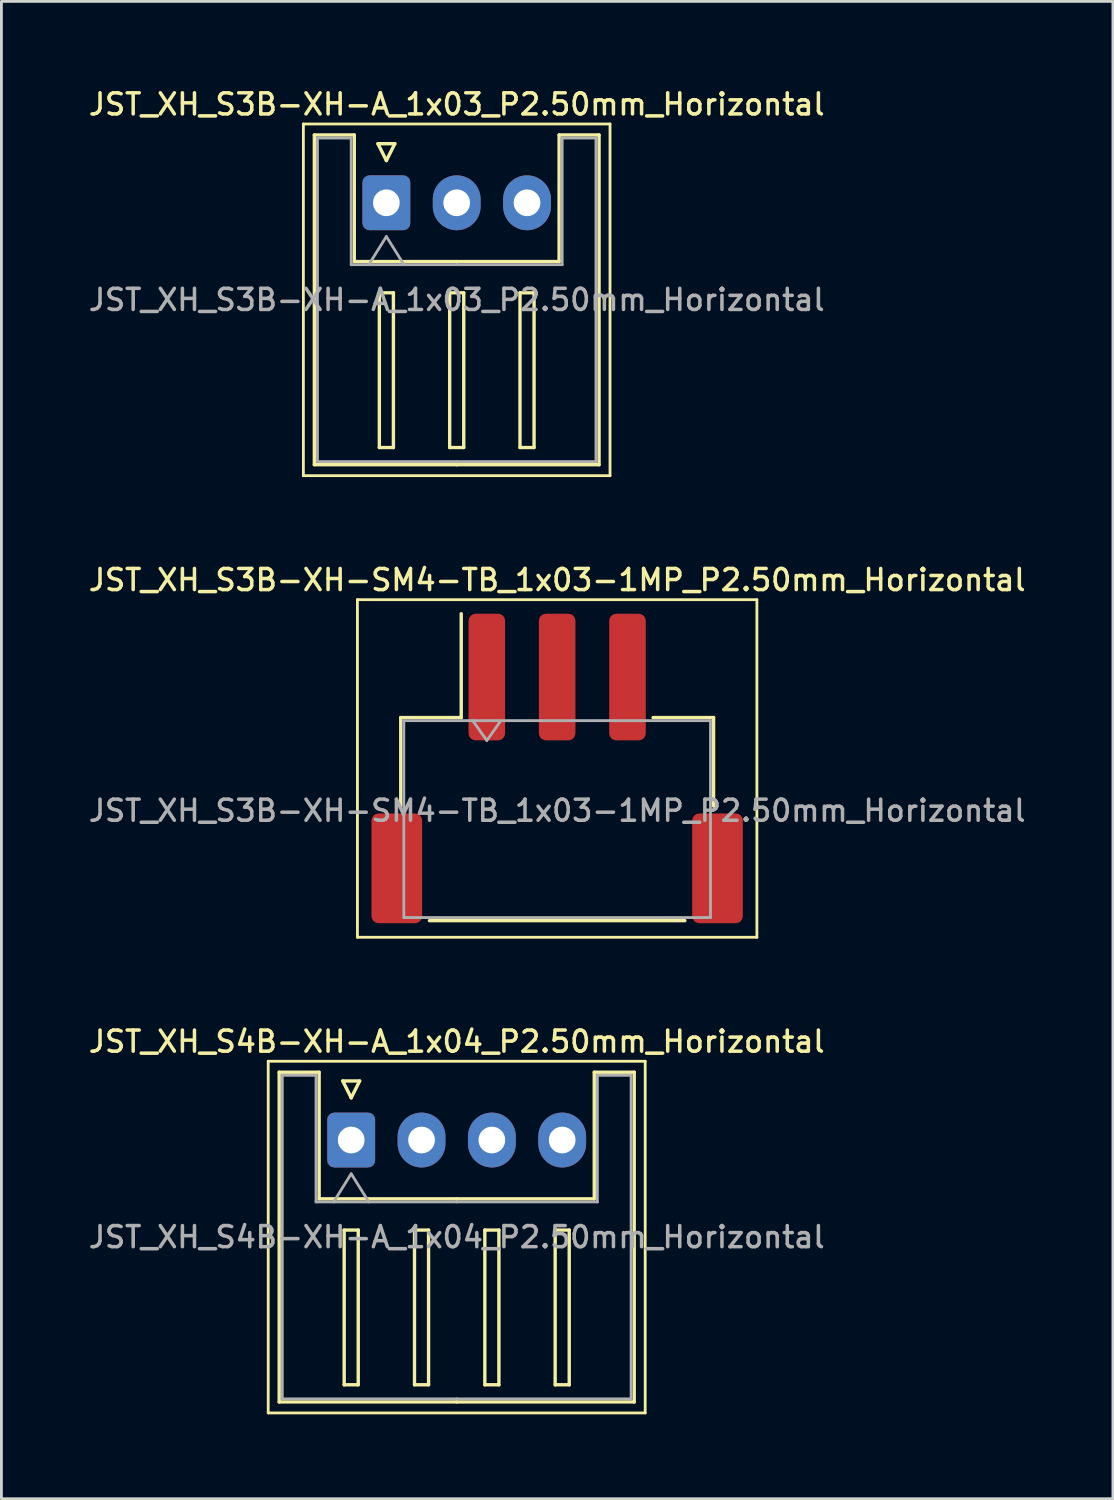
<source format=kicad_pcb>
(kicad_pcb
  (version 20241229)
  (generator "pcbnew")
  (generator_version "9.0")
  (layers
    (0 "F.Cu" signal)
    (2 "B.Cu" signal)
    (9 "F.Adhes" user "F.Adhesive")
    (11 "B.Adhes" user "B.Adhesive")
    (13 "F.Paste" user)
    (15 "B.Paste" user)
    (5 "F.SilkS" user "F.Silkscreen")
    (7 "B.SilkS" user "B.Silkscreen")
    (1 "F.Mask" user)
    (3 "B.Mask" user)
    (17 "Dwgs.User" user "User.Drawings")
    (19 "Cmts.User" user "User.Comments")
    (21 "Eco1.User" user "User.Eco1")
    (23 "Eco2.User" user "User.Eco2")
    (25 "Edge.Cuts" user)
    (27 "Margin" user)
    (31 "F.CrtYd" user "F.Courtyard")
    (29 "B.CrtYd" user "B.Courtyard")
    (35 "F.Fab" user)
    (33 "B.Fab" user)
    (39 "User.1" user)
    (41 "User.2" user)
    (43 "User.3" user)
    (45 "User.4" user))
  (footprint "JST_XH_S3B-XH-SM4-TB_1x03-1MP_P2.50mm_Horizontal"
    (layer "F.Cu")
    (at 16.755 24.266)
    (property "Reference" "JST_XH_S3B-XH-SM4-TB_1x03-1MP_P2.50mm_Horizontal" (at 0 -6.7 0) (layer "F.SilkS") (effects (font (size 0.75 0.75) (thickness 0.125))))
    (attr smd)
    (fp_line (start -7.1 -6) (end -7.1 6) (stroke (width 0.1) (type solid)) (layer "F.SilkS"))
    (fp_line (start -7.1 6) (end 7.1 6) (stroke (width 0.1) (type solid)) (layer "F.SilkS"))
    (fp_line (start -5.56 -1.81) (end -3.41 -1.81) (stroke (width 0.12) (type solid)) (layer "F.SilkS"))
    (fp_line (start -5.56 1.34) (end -5.56 -1.81) (stroke (width 0.12) (type solid)) (layer "F.SilkS"))
    (fp_line (start -4.54 5.41) (end 4.54 5.41) (stroke (width 0.12) (type solid)) (layer "F.SilkS"))
    (fp_line (start -3.41 -1.81) (end -3.41 -5.5) (stroke (width 0.12) (type solid)) (layer "F.SilkS"))
    (fp_line (start 5.56 -1.81) (end 3.41 -1.81) (stroke (width 0.12) (type solid)) (layer "F.SilkS"))
    (fp_line (start 5.56 1.34) (end 5.56 -1.81) (stroke (width 0.12) (type solid)) (layer "F.SilkS"))
    (fp_line (start 7.1 -6) (end -7.1 -6) (stroke (width 0.1) (type solid)) (layer "F.SilkS"))
    (fp_line (start 7.1 6) (end 7.1 -6) (stroke (width 0.1) (type solid)) (layer "F.SilkS"))
    (fp_line (start -5.45 -1.7) (end -5.45 5.3) (stroke (width 0.1) (type solid)) (layer "F.Fab"))
    (fp_line (start -5.45 -1.7) (end 5.45 -1.7) (stroke (width 0.1) (type solid)) (layer "F.Fab"))
    (fp_line (start -5.45 5.3) (end 5.45 5.3) (stroke (width 0.1) (type solid)) (layer "F.Fab"))
    (fp_line (start -3 -1.7) (end -2.5 -0.993) (stroke (width 0.1) (type solid)) (layer "F.Fab"))
    (fp_line (start -2.5 -0.993) (end -2 -1.7) (stroke (width 0.1) (type solid)) (layer "F.Fab"))
    (fp_line (start 5.45 -1.7) (end 5.45 5.3) (stroke (width 0.1) (type solid)) (layer "F.Fab"))
    (fp_text user "${REFERENCE}" (at 0 1.5 0) (layer "F.Fab") (effects (font (size 0.75 0.75) (thickness 0.125))))
    (pad "1" smd roundrect (at -2.5 -3.25) (size 1.3 4.5) (layers "F.Cu" "F.Mask" "F.Paste") (roundrect_rratio 0.192))
    (pad "2" smd roundrect (at 0 -3.25) (size 1.3 4.5) (layers "F.Cu" "F.Mask" "F.Paste") (roundrect_rratio 0.192))
    (pad "3" smd roundrect (at 2.5 -3.25) (size 1.3 4.5) (layers "F.Cu" "F.Mask" "F.Paste") (roundrect_rratio 0.192))
    (pad "MP" smd roundrect (at -5.7 3.55) (size 1.8 3.9) (layers "F.Cu" "F.Mask" "F.Paste") (roundrect_rratio 0.139))
    (pad "MP" smd roundrect (at 5.7 3.55) (size 1.8 3.9) (layers "F.Cu" "F.Mask" "F.Paste") (roundrect_rratio 0.139)))
  (footprint "JST_XH_S3B-XH-A_1x03_P2.50mm_Horizontal"
    (layer "F.Cu")
    (at 10.684 4.158)
    (property "Reference" "JST_XH_S3B-XH-A_1x03_P2.50mm_Horizontal" (at 2.5 -3.5 0) (layer "F.SilkS") (effects (font (size 0.75 0.75) (thickness 0.125))))
    (attr through_hole)
    (fp_line (start -2.95 -2.8) (end -2.95 9.7) (stroke (width 0.1) (type solid)) (layer "F.SilkS"))
    (fp_line (start -2.95 9.7) (end 7.95 9.7) (stroke (width 0.1) (type solid)) (layer "F.SilkS"))
    (fp_line (start -2.56 -2.41) (end -1.14 -2.41) (stroke (width 0.12) (type solid)) (layer "F.SilkS"))
    (fp_line (start -2.56 9.31) (end -2.56 -2.41) (stroke (width 0.12) (type solid)) (layer "F.SilkS"))
    (fp_line (start -1.14 -2.41) (end -1.14 2.09) (stroke (width 0.12) (type solid)) (layer "F.SilkS"))
    (fp_line (start -1.14 2.09) (end 2.5 2.09) (stroke (width 0.12) (type solid)) (layer "F.SilkS"))
    (fp_line (start -0.3 -2.1) (end 0.3 -2.1) (stroke (width 0.12) (type solid)) (layer "F.SilkS"))
    (fp_line (start -0.25 3.2) (end -0.25 8.7) (stroke (width 0.12) (type solid)) (layer "F.SilkS"))
    (fp_line (start -0.25 8.7) (end 0.25 8.7) (stroke (width 0.12) (type solid)) (layer "F.SilkS"))
    (fp_line (start 0 -1.5) (end -0.3 -2.1) (stroke (width 0.12) (type solid)) (layer "F.SilkS"))
    (fp_line (start 0.25 3.2) (end -0.25 3.2) (stroke (width 0.12) (type solid)) (layer "F.SilkS"))
    (fp_line (start 0.25 8.7) (end 0.25 3.2) (stroke (width 0.12) (type solid)) (layer "F.SilkS"))
    (fp_line (start 0.3 -2.1) (end 0 -1.5) (stroke (width 0.12) (type solid)) (layer "F.SilkS"))
    (fp_line (start 2.25 3.2) (end 2.25 8.7) (stroke (width 0.12) (type solid)) (layer "F.SilkS"))
    (fp_line (start 2.25 8.7) (end 2.75 8.7) (stroke (width 0.12) (type solid)) (layer "F.SilkS"))
    (fp_line (start 2.5 9.31) (end -2.56 9.31) (stroke (width 0.12) (type solid)) (layer "F.SilkS"))
    (fp_line (start 2.5 9.31) (end 7.56 9.31) (stroke (width 0.12) (type solid)) (layer "F.SilkS"))
    (fp_line (start 2.75 3.2) (end 2.25 3.2) (stroke (width 0.12) (type solid)) (layer "F.SilkS"))
    (fp_line (start 2.75 8.7) (end 2.75 3.2) (stroke (width 0.12) (type solid)) (layer "F.SilkS"))
    (fp_line (start 4.75 3.2) (end 4.75 8.7) (stroke (width 0.12) (type solid)) (layer "F.SilkS"))
    (fp_line (start 4.75 8.7) (end 5.25 8.7) (stroke (width 0.12) (type solid)) (layer "F.SilkS"))
    (fp_line (start 5.25 3.2) (end 4.75 3.2) (stroke (width 0.12) (type solid)) (layer "F.SilkS"))
    (fp_line (start 5.25 8.7) (end 5.25 3.2) (stroke (width 0.12) (type solid)) (layer "F.SilkS"))
    (fp_line (start 6.14 -2.41) (end 6.14 2.09) (stroke (width 0.12) (type solid)) (layer "F.SilkS"))
    (fp_line (start 6.14 2.09) (end 2.5 2.09) (stroke (width 0.12) (type solid)) (layer "F.SilkS"))
    (fp_line (start 7.56 -2.41) (end 6.14 -2.41) (stroke (width 0.12) (type solid)) (layer "F.SilkS"))
    (fp_line (start 7.56 9.31) (end 7.56 -2.41) (stroke (width 0.12) (type solid)) (layer "F.SilkS"))
    (fp_line (start 7.95 -2.8) (end -2.95 -2.8) (stroke (width 0.1) (type solid)) (layer "F.SilkS"))
    (fp_line (start 7.95 9.7) (end 7.95 -2.8) (stroke (width 0.1) (type solid)) (layer "F.SilkS"))
    (fp_line (start -2.45 -2.3) (end -1.25 -2.3) (stroke (width 0.1) (type solid)) (layer "F.Fab"))
    (fp_line (start -2.45 9.2) (end -2.45 -2.3) (stroke (width 0.1) (type solid)) (layer "F.Fab"))
    (fp_line (start -1.25 -2.3) (end -1.25 2.2) (stroke (width 0.1) (type solid)) (layer "F.Fab"))
    (fp_line (start -1.25 2.2) (end 2.5 2.2) (stroke (width 0.1) (type solid)) (layer "F.Fab"))
    (fp_line (start -0.625 2.2) (end 0 1.2) (stroke (width 0.1) (type solid)) (layer "F.Fab"))
    (fp_line (start 0 1.2) (end 0.625 2.2) (stroke (width 0.1) (type solid)) (layer "F.Fab"))
    (fp_line (start 2.5 9.2) (end -2.45 9.2) (stroke (width 0.1) (type solid)) (layer "F.Fab"))
    (fp_line (start 2.5 9.2) (end 7.45 9.2) (stroke (width 0.1) (type solid)) (layer "F.Fab"))
    (fp_line (start 6.25 -2.3) (end 6.25 2.2) (stroke (width 0.1) (type solid)) (layer "F.Fab"))
    (fp_line (start 6.25 2.2) (end 2.5 2.2) (stroke (width 0.1) (type solid)) (layer "F.Fab"))
    (fp_line (start 7.45 -2.3) (end 6.25 -2.3) (stroke (width 0.1) (type solid)) (layer "F.Fab"))
    (fp_line (start 7.45 9.2) (end 7.45 -2.3) (stroke (width 0.1) (type solid)) (layer "F.Fab"))
    (fp_text user "${REFERENCE}" (at 2.5 3.45 0) (layer "F.Fab") (effects (font (size 0.75 0.75) (thickness 0.125))))
    (pad "1" thru_hole roundrect (at 0 0) (size 1.7 1.95) (drill 0.95) (layers "*.Cu" "*.Mask") (roundrect_rratio 0.147))
    (pad "2" thru_hole oval (at 2.5 0) (size 1.7 1.95) (drill 0.95) (layers "*.Cu" "*.Mask"))
    (pad "3" thru_hole oval (at 5 0) (size 1.7 1.95) (drill 0.95) (layers "*.Cu" "*.Mask")))
  (footprint "JST_XH_S4B-XH-A_1x04_P2.50mm_Horizontal"
    (layer "F.Cu")
    (at 9.434 37.474)
    (property "Reference" "JST_XH_S4B-XH-A_1x04_P2.50mm_Horizontal" (at 3.75 -3.5 0) (layer "F.SilkS") (effects (font (size 0.75 0.75) (thickness 0.125))))
    (attr through_hole)
    (fp_line (start -2.95 -2.8) (end -2.95 9.7) (stroke (width 0.1) (type solid)) (layer "F.SilkS"))
    (fp_line (start -2.95 9.7) (end 10.45 9.7) (stroke (width 0.1) (type solid)) (layer "F.SilkS"))
    (fp_line (start -2.56 -2.41) (end -1.14 -2.41) (stroke (width 0.12) (type solid)) (layer "F.SilkS"))
    (fp_line (start -2.56 9.31) (end -2.56 -2.41) (stroke (width 0.12) (type solid)) (layer "F.SilkS"))
    (fp_line (start -1.14 -2.41) (end -1.14 2.09) (stroke (width 0.12) (type solid)) (layer "F.SilkS"))
    (fp_line (start -1.14 2.09) (end 3.75 2.09) (stroke (width 0.12) (type solid)) (layer "F.SilkS"))
    (fp_line (start -0.3 -2.1) (end 0.3 -2.1) (stroke (width 0.12) (type solid)) (layer "F.SilkS"))
    (fp_line (start -0.25 3.2) (end -0.25 8.7) (stroke (width 0.12) (type solid)) (layer "F.SilkS"))
    (fp_line (start -0.25 8.7) (end 0.25 8.7) (stroke (width 0.12) (type solid)) (layer "F.SilkS"))
    (fp_line (start 0 -1.5) (end -0.3 -2.1) (stroke (width 0.12) (type solid)) (layer "F.SilkS"))
    (fp_line (start 0.25 3.2) (end -0.25 3.2) (stroke (width 0.12) (type solid)) (layer "F.SilkS"))
    (fp_line (start 0.25 8.7) (end 0.25 3.2) (stroke (width 0.12) (type solid)) (layer "F.SilkS"))
    (fp_line (start 0.3 -2.1) (end 0 -1.5) (stroke (width 0.12) (type solid)) (layer "F.SilkS"))
    (fp_line (start 2.25 3.2) (end 2.25 8.7) (stroke (width 0.12) (type solid)) (layer "F.SilkS"))
    (fp_line (start 2.25 8.7) (end 2.75 8.7) (stroke (width 0.12) (type solid)) (layer "F.SilkS"))
    (fp_line (start 2.75 3.2) (end 2.25 3.2) (stroke (width 0.12) (type solid)) (layer "F.SilkS"))
    (fp_line (start 2.75 8.7) (end 2.75 3.2) (stroke (width 0.12) (type solid)) (layer "F.SilkS"))
    (fp_line (start 3.75 9.31) (end -2.56 9.31) (stroke (width 0.12) (type solid)) (layer "F.SilkS"))
    (fp_line (start 3.75 9.31) (end 10.06 9.31) (stroke (width 0.12) (type solid)) (layer "F.SilkS"))
    (fp_line (start 4.75 3.2) (end 4.75 8.7) (stroke (width 0.12) (type solid)) (layer "F.SilkS"))
    (fp_line (start 4.75 8.7) (end 5.25 8.7) (stroke (width 0.12) (type solid)) (layer "F.SilkS"))
    (fp_line (start 5.25 3.2) (end 4.75 3.2) (stroke (width 0.12) (type solid)) (layer "F.SilkS"))
    (fp_line (start 5.25 8.7) (end 5.25 3.2) (stroke (width 0.12) (type solid)) (layer "F.SilkS"))
    (fp_line (start 7.25 3.2) (end 7.25 8.7) (stroke (width 0.12) (type solid)) (layer "F.SilkS"))
    (fp_line (start 7.25 8.7) (end 7.75 8.7) (stroke (width 0.12) (type solid)) (layer "F.SilkS"))
    (fp_line (start 7.75 3.2) (end 7.25 3.2) (stroke (width 0.12) (type solid)) (layer "F.SilkS"))
    (fp_line (start 7.75 8.7) (end 7.75 3.2) (stroke (width 0.12) (type solid)) (layer "F.SilkS"))
    (fp_line (start 8.64 -2.41) (end 8.64 2.09) (stroke (width 0.12) (type solid)) (layer "F.SilkS"))
    (fp_line (start 8.64 2.09) (end 3.75 2.09) (stroke (width 0.12) (type solid)) (layer "F.SilkS"))
    (fp_line (start 10.06 -2.41) (end 8.64 -2.41) (stroke (width 0.12) (type solid)) (layer "F.SilkS"))
    (fp_line (start 10.06 9.31) (end 10.06 -2.41) (stroke (width 0.12) (type solid)) (layer "F.SilkS"))
    (fp_line (start 10.45 -2.8) (end -2.95 -2.8) (stroke (width 0.1) (type solid)) (layer "F.SilkS"))
    (fp_line (start 10.45 9.7) (end 10.45 -2.8) (stroke (width 0.1) (type solid)) (layer "F.SilkS"))
    (fp_line (start -2.45 -2.3) (end -1.25 -2.3) (stroke (width 0.1) (type solid)) (layer "F.Fab"))
    (fp_line (start -2.45 9.2) (end -2.45 -2.3) (stroke (width 0.1) (type solid)) (layer "F.Fab"))
    (fp_line (start -1.25 -2.3) (end -1.25 2.2) (stroke (width 0.1) (type solid)) (layer "F.Fab"))
    (fp_line (start -1.25 2.2) (end 3.75 2.2) (stroke (width 0.1) (type solid)) (layer "F.Fab"))
    (fp_line (start -0.625 2.2) (end 0 1.2) (stroke (width 0.1) (type solid)) (layer "F.Fab"))
    (fp_line (start 0 1.2) (end 0.625 2.2) (stroke (width 0.1) (type solid)) (layer "F.Fab"))
    (fp_line (start 3.75 9.2) (end -2.45 9.2) (stroke (width 0.1) (type solid)) (layer "F.Fab"))
    (fp_line (start 3.75 9.2) (end 9.95 9.2) (stroke (width 0.1) (type solid)) (layer "F.Fab"))
    (fp_line (start 8.75 -2.3) (end 8.75 2.2) (stroke (width 0.1) (type solid)) (layer "F.Fab"))
    (fp_line (start 8.75 2.2) (end 3.75 2.2) (stroke (width 0.1) (type solid)) (layer "F.Fab"))
    (fp_line (start 9.95 -2.3) (end 8.75 -2.3) (stroke (width 0.1) (type solid)) (layer "F.Fab"))
    (fp_line (start 9.95 9.2) (end 9.95 -2.3) (stroke (width 0.1) (type solid)) (layer "F.Fab"))
    (fp_text user "${REFERENCE}" (at 3.75 3.45 0) (layer "F.Fab") (effects (font (size 0.75 0.75) (thickness 0.125))))
    (pad "1" thru_hole roundrect (at 0 0) (size 1.7 1.95) (drill 0.95) (layers "*.Cu" "*.Mask") (roundrect_rratio 0.147))
    (pad "2" thru_hole oval (at 2.5 0) (size 1.7 1.95) (drill 0.95) (layers "*.Cu" "*.Mask"))
    (pad "3" thru_hole oval (at 5 0) (size 1.7 1.95) (drill 0.95) (layers "*.Cu" "*.Mask"))
    (pad "4" thru_hole oval (at 7.5 0) (size 1.7 1.95) (drill 0.95) (layers "*.Cu" "*.Mask")))
  (gr_rect
    (start -3 -3)
    (end 36.511 50.224)
    (stroke (width 0.1) (type default))
    (fill no)
    (layer "Edge.Cuts")))
</source>
